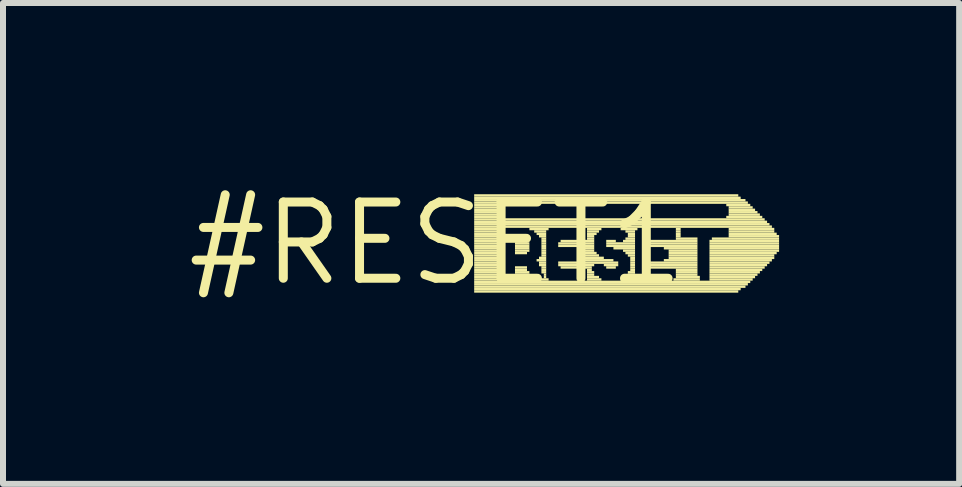
<source format=kicad_pcb>
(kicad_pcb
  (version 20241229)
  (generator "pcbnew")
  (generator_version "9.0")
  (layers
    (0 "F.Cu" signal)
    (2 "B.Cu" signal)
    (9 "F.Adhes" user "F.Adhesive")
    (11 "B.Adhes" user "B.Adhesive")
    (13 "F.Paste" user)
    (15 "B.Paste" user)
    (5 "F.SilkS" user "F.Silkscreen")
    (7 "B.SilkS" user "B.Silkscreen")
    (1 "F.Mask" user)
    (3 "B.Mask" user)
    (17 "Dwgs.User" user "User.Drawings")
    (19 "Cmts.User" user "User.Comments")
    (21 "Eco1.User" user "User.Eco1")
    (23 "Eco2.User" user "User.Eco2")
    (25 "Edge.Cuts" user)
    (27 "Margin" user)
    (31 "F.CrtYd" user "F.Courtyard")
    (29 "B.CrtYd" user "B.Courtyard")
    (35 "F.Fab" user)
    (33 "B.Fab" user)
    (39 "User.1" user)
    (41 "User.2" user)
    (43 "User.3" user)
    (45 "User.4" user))
  (footprint "#RESET1"
    (layer "F.Cu")
    (at 4.21 1.006)
    (property "Reference" "#RESET1" (at 0 0 0) (layer "F.SilkS") (effects (font (size 1.27 1.27) (thickness 0.15))))
    (fp_poly (pts (xy 0.64 -0.78) (xy 5.04 -0.78) (xy 5.04 -0.82) (xy 0.64 -0.82)) (stroke (width 0) (type solid)) (fill yes) (layer "F.SilkS"))
    (fp_poly (pts (xy 0.64 -0.74) (xy 5.08 -0.74) (xy 5.08 -0.78) (xy 0.64 -0.78)) (stroke (width 0) (type solid)) (fill yes) (layer "F.SilkS"))
    (fp_poly (pts (xy 0.64 -0.7) (xy 5.16 -0.7) (xy 5.16 -0.74) (xy 0.64 -0.74)) (stroke (width 0) (type solid)) (fill yes) (layer "F.SilkS"))
    (fp_poly (pts (xy 0.64 -0.66) (xy 5.2 -0.66) (xy 5.2 -0.7) (xy 0.64 -0.7)) (stroke (width 0) (type solid)) (fill yes) (layer "F.SilkS"))
    (fp_poly (pts (xy 0.64 -0.62) (xy 1.08 -0.62) (xy 1.08 -0.66) (xy 0.64 -0.66)) (stroke (width 0) (type solid)) (fill yes) (layer "F.SilkS"))
    (fp_poly (pts (xy 0.64 -0.58) (xy 1.04 -0.58) (xy 1.04 -0.62) (xy 0.64 -0.62)) (stroke (width 0) (type solid)) (fill yes) (layer "F.SilkS"))
    (fp_poly (pts (xy 0.64 -0.54) (xy 1.04 -0.54) (xy 1.04 -0.58) (xy 0.64 -0.58)) (stroke (width 0) (type solid)) (fill yes) (layer "F.SilkS"))
    (fp_poly (pts (xy 0.64 -0.5) (xy 1.04 -0.5) (xy 1.04 -0.54) (xy 0.64 -0.54)) (stroke (width 0) (type solid)) (fill yes) (layer "F.SilkS"))
    (fp_poly (pts (xy 0.64 -0.46) (xy 1.04 -0.46) (xy 1.04 -0.5) (xy 0.64 -0.5)) (stroke (width 0) (type solid)) (fill yes) (layer "F.SilkS"))
    (fp_poly (pts (xy 0.64 -0.42) (xy 1.08 -0.42) (xy 1.08 -0.46) (xy 0.64 -0.46)) (stroke (width 0) (type solid)) (fill yes) (layer "F.SilkS"))
    (fp_poly (pts (xy 0.64 -0.38) (xy 5.48 -0.38) (xy 5.48 -0.42) (xy 0.64 -0.42)) (stroke (width 0) (type solid)) (fill yes) (layer "F.SilkS"))
    (fp_poly (pts (xy 0.64 -0.34) (xy 5.52 -0.34) (xy 5.52 -0.38) (xy 0.64 -0.38)) (stroke (width 0) (type solid)) (fill yes) (layer "F.SilkS"))
    (fp_poly (pts (xy 0.64 -0.3) (xy 5.56 -0.3) (xy 5.56 -0.34) (xy 0.64 -0.34)) (stroke (width 0) (type solid)) (fill yes) (layer "F.SilkS"))
    (fp_poly (pts (xy 0.64 -0.26) (xy 5.6 -0.26) (xy 5.6 -0.3) (xy 0.64 -0.3)) (stroke (width 0) (type solid)) (fill yes) (layer "F.SilkS"))
    (fp_poly (pts (xy 0.64 -0.22) (xy 1.12 -0.22) (xy 1.12 -0.26) (xy 0.64 -0.26)) (stroke (width 0) (type solid)) (fill yes) (layer "F.SilkS"))
    (fp_poly (pts (xy 0.64 -0.18) (xy 1.12 -0.18) (xy 1.12 -0.22) (xy 0.64 -0.22)) (stroke (width 0) (type solid)) (fill yes) (layer "F.SilkS"))
    (fp_poly (pts (xy 0.64 -0.14) (xy 1.12 -0.14) (xy 1.12 -0.18) (xy 0.64 -0.18)) (stroke (width 0) (type solid)) (fill yes) (layer "F.SilkS"))
    (fp_poly (pts (xy 0.64 -0.1) (xy 1.12 -0.1) (xy 1.12 -0.14) (xy 0.64 -0.14)) (stroke (width 0) (type solid)) (fill yes) (layer "F.SilkS"))
    (fp_poly (pts (xy 0.64 -0.06) (xy 1.12 -0.06) (xy 1.12 -0.1) (xy 0.64 -0.1)) (stroke (width 0) (type solid)) (fill yes) (layer "F.SilkS"))
    (fp_poly (pts (xy 0.64 -0.02) (xy 1.12 -0.02) (xy 1.12 -0.06) (xy 0.64 -0.06)) (stroke (width 0) (type solid)) (fill yes) (layer "F.SilkS"))
    (fp_poly (pts (xy 0.64 0.02) (xy 1.12 0.02) (xy 1.12 -0.02) (xy 0.64 -0.02)) (stroke (width 0) (type solid)) (fill yes) (layer "F.SilkS"))
    (fp_poly (pts (xy 0.64 0.06) (xy 1.12 0.06) (xy 1.12 0.02) (xy 0.64 0.02)) (stroke (width 0) (type solid)) (fill yes) (layer "F.SilkS"))
    (fp_poly (pts (xy 0.64 0.1) (xy 1.12 0.1) (xy 1.12 0.06) (xy 0.64 0.06)) (stroke (width 0) (type solid)) (fill yes) (layer "F.SilkS"))
    (fp_poly (pts (xy 0.64 0.14) (xy 1.12 0.14) (xy 1.12 0.1) (xy 0.64 0.1)) (stroke (width 0) (type solid)) (fill yes) (layer "F.SilkS"))
    (fp_poly (pts (xy 0.64 0.18) (xy 1.12 0.18) (xy 1.12 0.14) (xy 0.64 0.14)) (stroke (width 0) (type solid)) (fill yes) (layer "F.SilkS"))
    (fp_poly (pts (xy 0.64 0.22) (xy 1.12 0.22) (xy 1.12 0.18) (xy 0.64 0.18)) (stroke (width 0) (type solid)) (fill yes) (layer "F.SilkS"))
    (fp_poly (pts (xy 0.64 0.26) (xy 1.12 0.26) (xy 1.12 0.22) (xy 0.64 0.22)) (stroke (width 0) (type solid)) (fill yes) (layer "F.SilkS"))
    (fp_poly (pts (xy 0.64 0.3) (xy 1.12 0.3) (xy 1.12 0.26) (xy 0.64 0.26)) (stroke (width 0) (type solid)) (fill yes) (layer "F.SilkS"))
    (fp_poly (pts (xy 0.64 0.34) (xy 1.12 0.34) (xy 1.12 0.3) (xy 0.64 0.3)) (stroke (width 0) (type solid)) (fill yes) (layer "F.SilkS"))
    (fp_poly (pts (xy 0.64 0.38) (xy 1.12 0.38) (xy 1.12 0.34) (xy 0.64 0.34)) (stroke (width 0) (type solid)) (fill yes) (layer "F.SilkS"))
    (fp_poly (pts (xy 0.64 0.42) (xy 1.12 0.42) (xy 1.12 0.38) (xy 0.64 0.38)) (stroke (width 0) (type solid)) (fill yes) (layer "F.SilkS"))
    (fp_poly (pts (xy 0.64 0.46) (xy 1.12 0.46) (xy 1.12 0.42) (xy 0.64 0.42)) (stroke (width 0) (type solid)) (fill yes) (layer "F.SilkS"))
    (fp_poly (pts (xy 0.64 0.5) (xy 1.12 0.5) (xy 1.12 0.46) (xy 0.64 0.46)) (stroke (width 0) (type solid)) (fill yes) (layer "F.SilkS"))
    (fp_poly (pts (xy 0.64 0.54) (xy 1.12 0.54) (xy 1.12 0.5) (xy 0.64 0.5)) (stroke (width 0) (type solid)) (fill yes) (layer "F.SilkS"))
    (fp_poly (pts (xy 0.64 0.58) (xy 1.12 0.58) (xy 1.12 0.54) (xy 0.64 0.54)) (stroke (width 0) (type solid)) (fill yes) (layer "F.SilkS"))
    (fp_poly (pts (xy 0.64 0.62) (xy 1.12 0.62) (xy 1.12 0.58) (xy 0.64 0.58)) (stroke (width 0) (type solid)) (fill yes) (layer "F.SilkS"))
    (fp_poly (pts (xy 0.64 0.66) (xy 5.24 0.66) (xy 5.24 0.62) (xy 0.64 0.62)) (stroke (width 0) (type solid)) (fill yes) (layer "F.SilkS"))
    (fp_poly (pts (xy 0.64 0.7) (xy 5.2 0.7) (xy 5.2 0.66) (xy 0.64 0.66)) (stroke (width 0) (type solid)) (fill yes) (layer "F.SilkS"))
    (fp_poly (pts (xy 0.64 0.74) (xy 5.16 0.74) (xy 5.16 0.7) (xy 0.64 0.7)) (stroke (width 0) (type solid)) (fill yes) (layer "F.SilkS"))
    (fp_poly (pts (xy 0.64 0.78) (xy 5.08 0.78) (xy 5.08 0.74) (xy 0.64 0.74)) (stroke (width 0) (type solid)) (fill yes) (layer "F.SilkS"))
    (fp_poly (pts (xy 0.64 0.82) (xy 5.04 0.82) (xy 5.04 0.78) (xy 0.64 0.78)) (stroke (width 0) (type solid)) (fill yes) (layer "F.SilkS"))
    (fp_poly (pts (xy 1.28 0.62) (xy 1.6 0.62) (xy 1.6 0.58) (xy 1.28 0.58)) (stroke (width 0) (type solid)) (fill yes) (layer "F.SilkS"))
    (fp_poly (pts (xy 1.32 -0.02) (xy 1.52 -0.02) (xy 1.52 -0.06) (xy 1.32 -0.06)) (stroke (width 0) (type solid)) (fill yes) (layer "F.SilkS"))
    (fp_poly (pts (xy 1.32 0.02) (xy 1.56 0.02) (xy 1.56 -0.02) (xy 1.32 -0.02)) (stroke (width 0) (type solid)) (fill yes) (layer "F.SilkS"))
    (fp_poly (pts (xy 1.32 0.06) (xy 1.56 0.06) (xy 1.56 0.02) (xy 1.32 0.02)) (stroke (width 0) (type solid)) (fill yes) (layer "F.SilkS"))
    (fp_poly (pts (xy 1.32 0.1) (xy 1.56 0.1) (xy 1.56 0.06) (xy 1.32 0.06)) (stroke (width 0) (type solid)) (fill yes) (layer "F.SilkS"))
    (fp_poly (pts (xy 1.32 0.14) (xy 1.56 0.14) (xy 1.56 0.1) (xy 1.32 0.1)) (stroke (width 0) (type solid)) (fill yes) (layer "F.SilkS"))
    (fp_poly (pts (xy 1.32 0.18) (xy 1.52 0.18) (xy 1.52 0.14) (xy 1.32 0.14)) (stroke (width 0) (type solid)) (fill yes) (layer "F.SilkS"))
    (fp_poly (pts (xy 1.32 0.42) (xy 1.52 0.42) (xy 1.52 0.38) (xy 1.32 0.38)) (stroke (width 0) (type solid)) (fill yes) (layer "F.SilkS"))
    (fp_poly (pts (xy 1.32 0.46) (xy 1.52 0.46) (xy 1.52 0.42) (xy 1.32 0.42)) (stroke (width 0) (type solid)) (fill yes) (layer "F.SilkS"))
    (fp_poly (pts (xy 1.32 0.5) (xy 1.56 0.5) (xy 1.56 0.46) (xy 1.32 0.46)) (stroke (width 0) (type solid)) (fill yes) (layer "F.SilkS"))
    (fp_poly (pts (xy 1.32 0.54) (xy 1.56 0.54) (xy 1.56 0.5) (xy 1.32 0.5)) (stroke (width 0) (type solid)) (fill yes) (layer "F.SilkS"))
    (fp_poly (pts (xy 1.32 0.58) (xy 1.6 0.58) (xy 1.6 0.54) (xy 1.32 0.54)) (stroke (width 0) (type solid)) (fill yes) (layer "F.SilkS"))
    (fp_poly (pts (xy 1.56 -0.22) (xy 1.88 -0.22) (xy 1.88 -0.26) (xy 1.56 -0.26)) (stroke (width 0) (type solid)) (fill yes) (layer "F.SilkS"))
    (fp_poly (pts (xy 1.64 -0.18) (xy 1.84 -0.18) (xy 1.84 -0.22) (xy 1.64 -0.22)) (stroke (width 0) (type solid)) (fill yes) (layer "F.SilkS"))
    (fp_poly (pts (xy 1.68 -0.14) (xy 1.84 -0.14) (xy 1.84 -0.18) (xy 1.68 -0.18)) (stroke (width 0) (type solid)) (fill yes) (layer "F.SilkS"))
    (fp_poly (pts (xy 1.68 0.3) (xy 1.84 0.3) (xy 1.84 0.26) (xy 1.68 0.26)) (stroke (width 0) (type solid)) (fill yes) (layer "F.SilkS"))
    (fp_poly (pts (xy 1.72 -0.1) (xy 1.84 -0.1) (xy 1.84 -0.14) (xy 1.72 -0.14)) (stroke (width 0) (type solid)) (fill yes) (layer "F.SilkS"))
    (fp_poly (pts (xy 1.72 0.26) (xy 1.84 0.26) (xy 1.84 0.22) (xy 1.72 0.22)) (stroke (width 0) (type solid)) (fill yes) (layer "F.SilkS"))
    (fp_poly (pts (xy 1.72 0.34) (xy 1.84 0.34) (xy 1.84 0.3) (xy 1.72 0.3)) (stroke (width 0) (type solid)) (fill yes) (layer "F.SilkS"))
    (fp_poly (pts (xy 1.72 0.38) (xy 1.84 0.38) (xy 1.84 0.34) (xy 1.72 0.34)) (stroke (width 0) (type solid)) (fill yes) (layer "F.SilkS"))
    (fp_poly (pts (xy 1.72 0.62) (xy 1.88 0.62) (xy 1.88 0.58) (xy 1.72 0.58)) (stroke (width 0) (type solid)) (fill yes) (layer "F.SilkS"))
    (fp_poly (pts (xy 1.76 -0.06) (xy 1.84 -0.06) (xy 1.84 -0.1) (xy 1.76 -0.1)) (stroke (width 0) (type solid)) (fill yes) (layer "F.SilkS"))
    (fp_poly (pts (xy 1.76 -0.02) (xy 1.84 -0.02) (xy 1.84 -0.06) (xy 1.76 -0.06)) (stroke (width 0) (type solid)) (fill yes) (layer "F.SilkS"))
    (fp_poly (pts (xy 1.76 0.02) (xy 1.84 0.02) (xy 1.84 -0.02) (xy 1.76 -0.02)) (stroke (width 0) (type solid)) (fill yes) (layer "F.SilkS"))
    (fp_poly (pts (xy 1.76 0.06) (xy 1.84 0.06) (xy 1.84 0.02) (xy 1.76 0.02)) (stroke (width 0) (type solid)) (fill yes) (layer "F.SilkS"))
    (fp_poly (pts (xy 1.76 0.1) (xy 1.84 0.1) (xy 1.84 0.06) (xy 1.76 0.06)) (stroke (width 0) (type solid)) (fill yes) (layer "F.SilkS"))
    (fp_poly (pts (xy 1.76 0.14) (xy 1.84 0.14) (xy 1.84 0.1) (xy 1.76 0.1)) (stroke (width 0) (type solid)) (fill yes) (layer "F.SilkS"))
    (fp_poly (pts (xy 1.76 0.18) (xy 1.84 0.18) (xy 1.84 0.14) (xy 1.76 0.14)) (stroke (width 0) (type solid)) (fill yes) (layer "F.SilkS"))
    (fp_poly (pts (xy 1.76 0.22) (xy 1.84 0.22) (xy 1.84 0.18) (xy 1.76 0.18)) (stroke (width 0) (type solid)) (fill yes) (layer "F.SilkS"))
    (fp_poly (pts (xy 1.76 0.42) (xy 1.84 0.42) (xy 1.84 0.38) (xy 1.76 0.38)) (stroke (width 0) (type solid)) (fill yes) (layer "F.SilkS"))
    (fp_poly (pts (xy 1.76 0.46) (xy 1.84 0.46) (xy 1.84 0.42) (xy 1.76 0.42)) (stroke (width 0) (type solid)) (fill yes) (layer "F.SilkS"))
    (fp_poly (pts (xy 1.76 0.5) (xy 1.84 0.5) (xy 1.84 0.46) (xy 1.76 0.46)) (stroke (width 0) (type solid)) (fill yes) (layer "F.SilkS"))
    (fp_poly (pts (xy 1.8 0.54) (xy 1.84 0.54) (xy 1.84 0.5) (xy 1.8 0.5)) (stroke (width 0) (type solid)) (fill yes) (layer "F.SilkS"))
    (fp_poly (pts (xy 1.8 0.58) (xy 1.84 0.58) (xy 1.84 0.54) (xy 1.8 0.54)) (stroke (width 0) (type solid)) (fill yes) (layer "F.SilkS"))
    (fp_poly (pts (xy 2.04 0.02) (xy 2.64 0.02) (xy 2.64 -0.02) (xy 2.04 -0.02)) (stroke (width 0) (type solid)) (fill yes) (layer "F.SilkS"))
    (fp_poly (pts (xy 2.04 0.06) (xy 2.64 0.06) (xy 2.64 0.02) (xy 2.04 0.02)) (stroke (width 0) (type solid)) (fill yes) (layer "F.SilkS"))
    (fp_poly (pts (xy 2.04 0.34) (xy 3.04 0.34) (xy 3.04 0.3) (xy 2.04 0.3)) (stroke (width 0) (type solid)) (fill yes) (layer "F.SilkS"))
    (fp_poly (pts (xy 2.04 0.38) (xy 2.64 0.38) (xy 2.64 0.34) (xy 2.04 0.34)) (stroke (width 0) (type solid)) (fill yes) (layer "F.SilkS"))
    (fp_poly (pts (xy 2.08 -0.02) (xy 2.64 -0.02) (xy 2.64 -0.06) (xy 2.08 -0.06)) (stroke (width 0) (type solid)) (fill yes) (layer "F.SilkS"))
    (fp_poly (pts (xy 2.08 0.42) (xy 2.6 0.42) (xy 2.6 0.38) (xy 2.08 0.38)) (stroke (width 0) (type solid)) (fill yes) (layer "F.SilkS"))
    (fp_poly (pts (xy 2.36 0.1) (xy 2.64 0.1) (xy 2.64 0.06) (xy 2.36 0.06)) (stroke (width 0) (type solid)) (fill yes) (layer "F.SilkS"))
    (fp_poly (pts (xy 2.36 0.3) (xy 2.96 0.3) (xy 2.96 0.26) (xy 2.36 0.26)) (stroke (width 0) (type solid)) (fill yes) (layer "F.SilkS"))
    (fp_poly (pts (xy 2.4 0.14) (xy 2.64 0.14) (xy 2.64 0.1) (xy 2.4 0.1)) (stroke (width 0) (type solid)) (fill yes) (layer "F.SilkS"))
    (fp_poly (pts (xy 2.4 0.18) (xy 2.68 0.18) (xy 2.68 0.14) (xy 2.4 0.14)) (stroke (width 0) (type solid)) (fill yes) (layer "F.SilkS"))
    (fp_poly (pts (xy 2.4 0.22) (xy 2.72 0.22) (xy 2.72 0.18) (xy 2.4 0.18)) (stroke (width 0) (type solid)) (fill yes) (layer "F.SilkS"))
    (fp_poly (pts (xy 2.4 0.26) (xy 2.8 0.26) (xy 2.8 0.22) (xy 2.4 0.22)) (stroke (width 0) (type solid)) (fill yes) (layer "F.SilkS"))
    (fp_poly (pts (xy 2.52 -0.22) (xy 2.76 -0.22) (xy 2.76 -0.26) (xy 2.52 -0.26)) (stroke (width 0) (type solid)) (fill yes) (layer "F.SilkS"))
    (fp_poly (pts (xy 2.52 -0.18) (xy 2.72 -0.18) (xy 2.72 -0.22) (xy 2.52 -0.22)) (stroke (width 0) (type solid)) (fill yes) (layer "F.SilkS"))
    (fp_poly (pts (xy 2.52 -0.14) (xy 2.68 -0.14) (xy 2.68 -0.18) (xy 2.52 -0.18)) (stroke (width 0) (type solid)) (fill yes) (layer "F.SilkS"))
    (fp_poly (pts (xy 2.52 -0.1) (xy 2.64 -0.1) (xy 2.64 -0.14) (xy 2.52 -0.14)) (stroke (width 0) (type solid)) (fill yes) (layer "F.SilkS"))
    (fp_poly (pts (xy 2.52 -0.06) (xy 2.64 -0.06) (xy 2.64 -0.1) (xy 2.52 -0.1)) (stroke (width 0) (type solid)) (fill yes) (layer "F.SilkS"))
    (fp_poly (pts (xy 2.52 0.46) (xy 2.6 0.46) (xy 2.6 0.42) (xy 2.52 0.42)) (stroke (width 0) (type solid)) (fill yes) (layer "F.SilkS"))
    (fp_poly (pts (xy 2.52 0.5) (xy 2.64 0.5) (xy 2.64 0.46) (xy 2.52 0.46)) (stroke (width 0) (type solid)) (fill yes) (layer "F.SilkS"))
    (fp_poly (pts (xy 2.52 0.54) (xy 2.64 0.54) (xy 2.64 0.5) (xy 2.52 0.5)) (stroke (width 0) (type solid)) (fill yes) (layer "F.SilkS"))
    (fp_poly (pts (xy 2.52 0.58) (xy 2.72 0.58) (xy 2.72 0.54) (xy 2.52 0.54)) (stroke (width 0) (type solid)) (fill yes) (layer "F.SilkS"))
    (fp_poly (pts (xy 2.52 0.62) (xy 2.76 0.62) (xy 2.76 0.58) (xy 2.52 0.58)) (stroke (width 0) (type solid)) (fill yes) (layer "F.SilkS"))
    (fp_poly (pts (xy 2.8 0.38) (xy 3.04 0.38) (xy 3.04 0.34) (xy 2.8 0.34)) (stroke (width 0) (type solid)) (fill yes) (layer "F.SilkS"))
    (fp_poly (pts (xy 2.84 -0.02) (xy 3 -0.02) (xy 3 -0.06) (xy 2.84 -0.06)) (stroke (width 0) (type solid)) (fill yes) (layer "F.SilkS"))
    (fp_poly (pts (xy 2.84 0.02) (xy 3.32 0.02) (xy 3.32 -0.02) (xy 2.84 -0.02)) (stroke (width 0) (type solid)) (fill yes) (layer "F.SilkS"))
    (fp_poly (pts (xy 2.84 0.06) (xy 3.32 0.06) (xy 3.32 0.02) (xy 2.84 0.02)) (stroke (width 0) (type solid)) (fill yes) (layer "F.SilkS"))
    (fp_poly (pts (xy 2.84 0.42) (xy 3 0.42) (xy 3 0.38) (xy 2.84 0.38)) (stroke (width 0) (type solid)) (fill yes) (layer "F.SilkS"))
    (fp_poly (pts (xy 2.96 0.1) (xy 3.32 0.1) (xy 3.32 0.06) (xy 2.96 0.06)) (stroke (width 0) (type solid)) (fill yes) (layer "F.SilkS"))
    (fp_poly (pts (xy 3.08 -0.22) (xy 3.36 -0.22) (xy 3.36 -0.26) (xy 3.08 -0.26)) (stroke (width 0) (type solid)) (fill yes) (layer "F.SilkS"))
    (fp_poly (pts (xy 3.08 0.62) (xy 3.36 0.62) (xy 3.36 0.58) (xy 3.08 0.58)) (stroke (width 0) (type solid)) (fill yes) (layer "F.SilkS"))
    (fp_poly (pts (xy 3.12 -0.02) (xy 3.32 -0.02) (xy 3.32 -0.06) (xy 3.12 -0.06)) (stroke (width 0) (type solid)) (fill yes) (layer "F.SilkS"))
    (fp_poly (pts (xy 3.12 0.14) (xy 3.32 0.14) (xy 3.32 0.1) (xy 3.12 0.1)) (stroke (width 0) (type solid)) (fill yes) (layer "F.SilkS"))
    (fp_poly (pts (xy 3.12 0.58) (xy 3.32 0.58) (xy 3.32 0.54) (xy 3.12 0.54)) (stroke (width 0) (type solid)) (fill yes) (layer "F.SilkS"))
    (fp_poly (pts (xy 3.16 -0.18) (xy 3.32 -0.18) (xy 3.32 -0.22) (xy 3.16 -0.22)) (stroke (width 0) (type solid)) (fill yes) (layer "F.SilkS"))
    (fp_poly (pts (xy 3.16 -0.06) (xy 3.32 -0.06) (xy 3.32 -0.1) (xy 3.16 -0.1)) (stroke (width 0) (type solid)) (fill yes) (layer "F.SilkS"))
    (fp_poly (pts (xy 3.16 0.18) (xy 3.32 0.18) (xy 3.32 0.14) (xy 3.16 0.14)) (stroke (width 0) (type solid)) (fill yes) (layer "F.SilkS"))
    (fp_poly (pts (xy 3.2 -0.14) (xy 3.32 -0.14) (xy 3.32 -0.18) (xy 3.2 -0.18)) (stroke (width 0) (type solid)) (fill yes) (layer "F.SilkS"))
    (fp_poly (pts (xy 3.2 -0.1) (xy 3.32 -0.1) (xy 3.32 -0.14) (xy 3.2 -0.14)) (stroke (width 0) (type solid)) (fill yes) (layer "F.SilkS"))
    (fp_poly (pts (xy 3.2 0.22) (xy 3.32 0.22) (xy 3.32 0.18) (xy 3.2 0.18)) (stroke (width 0) (type solid)) (fill yes) (layer "F.SilkS"))
    (fp_poly (pts (xy 3.2 0.5) (xy 3.32 0.5) (xy 3.32 0.46) (xy 3.2 0.46)) (stroke (width 0) (type solid)) (fill yes) (layer "F.SilkS"))
    (fp_poly (pts (xy 3.2 0.54) (xy 3.32 0.54) (xy 3.32 0.5) (xy 3.2 0.5)) (stroke (width 0) (type solid)) (fill yes) (layer "F.SilkS"))
    (fp_poly (pts (xy 3.24 0.26) (xy 3.32 0.26) (xy 3.32 0.22) (xy 3.24 0.22)) (stroke (width 0) (type solid)) (fill yes) (layer "F.SilkS"))
    (fp_poly (pts (xy 3.24 0.3) (xy 3.32 0.3) (xy 3.32 0.26) (xy 3.24 0.26)) (stroke (width 0) (type solid)) (fill yes) (layer "F.SilkS"))
    (fp_poly (pts (xy 3.24 0.34) (xy 3.32 0.34) (xy 3.32 0.3) (xy 3.24 0.3)) (stroke (width 0) (type solid)) (fill yes) (layer "F.SilkS"))
    (fp_poly (pts (xy 3.24 0.38) (xy 3.32 0.38) (xy 3.32 0.34) (xy 3.24 0.34)) (stroke (width 0) (type solid)) (fill yes) (layer "F.SilkS"))
    (fp_poly (pts (xy 3.24 0.42) (xy 3.32 0.42) (xy 3.32 0.38) (xy 3.24 0.38)) (stroke (width 0) (type solid)) (fill yes) (layer "F.SilkS"))
    (fp_poly (pts (xy 3.24 0.46) (xy 3.32 0.46) (xy 3.32 0.42) (xy 3.24 0.42)) (stroke (width 0) (type solid)) (fill yes) (layer "F.SilkS"))
    (fp_poly (pts (xy 3.52 0.02) (xy 4.36 0.02) (xy 4.36 -0.02) (xy 3.52 -0.02)) (stroke (width 0) (type solid)) (fill yes) (layer "F.SilkS"))
    (fp_poly (pts (xy 3.52 0.06) (xy 4.36 0.06) (xy 4.36 0.02) (xy 3.52 0.02)) (stroke (width 0) (type solid)) (fill yes) (layer "F.SilkS"))
    (fp_poly (pts (xy 3.52 0.34) (xy 4.36 0.34) (xy 4.36 0.3) (xy 3.52 0.3)) (stroke (width 0) (type solid)) (fill yes) (layer "F.SilkS"))
    (fp_poly (pts (xy 3.52 0.38) (xy 4.36 0.38) (xy 4.36 0.34) (xy 3.52 0.34)) (stroke (width 0) (type solid)) (fill yes) (layer "F.SilkS"))
    (fp_poly (pts (xy 3.56 -0.02) (xy 4.36 -0.02) (xy 4.36 -0.06) (xy 3.56 -0.06)) (stroke (width 0) (type solid)) (fill yes) (layer "F.SilkS"))
    (fp_poly (pts (xy 3.56 0.42) (xy 4.36 0.42) (xy 4.36 0.38) (xy 3.56 0.38)) (stroke (width 0) (type solid)) (fill yes) (layer "F.SilkS"))
    (fp_poly (pts (xy 3.8 0.1) (xy 4.36 0.1) (xy 4.36 0.06) (xy 3.8 0.06)) (stroke (width 0) (type solid)) (fill yes) (layer "F.SilkS"))
    (fp_poly (pts (xy 3.8 0.3) (xy 4.36 0.3) (xy 4.36 0.26) (xy 3.8 0.26)) (stroke (width 0) (type solid)) (fill yes) (layer "F.SilkS"))
    (fp_poly (pts (xy 3.88 0.14) (xy 4.36 0.14) (xy 4.36 0.1) (xy 3.88 0.1)) (stroke (width 0) (type solid)) (fill yes) (layer "F.SilkS"))
    (fp_poly (pts (xy 3.88 0.18) (xy 4.36 0.18) (xy 4.36 0.14) (xy 3.88 0.14)) (stroke (width 0) (type solid)) (fill yes) (layer "F.SilkS"))
    (fp_poly (pts (xy 3.88 0.22) (xy 4.36 0.22) (xy 4.36 0.18) (xy 3.88 0.18)) (stroke (width 0) (type solid)) (fill yes) (layer "F.SilkS"))
    (fp_poly (pts (xy 3.88 0.26) (xy 4.36 0.26) (xy 4.36 0.22) (xy 3.88 0.22)) (stroke (width 0) (type solid)) (fill yes) (layer "F.SilkS"))
    (fp_poly (pts (xy 3.96 0.62) (xy 4.4 0.62) (xy 4.4 0.58) (xy 3.96 0.58)) (stroke (width 0) (type solid)) (fill yes) (layer "F.SilkS"))
    (fp_poly (pts (xy 4 -0.22) (xy 4.08 -0.22) (xy 4.08 -0.26) (xy 4 -0.26)) (stroke (width 0) (type solid)) (fill yes) (layer "F.SilkS"))
    (fp_poly (pts (xy 4 -0.18) (xy 4.08 -0.18) (xy 4.08 -0.22) (xy 4 -0.22)) (stroke (width 0) (type solid)) (fill yes) (layer "F.SilkS"))
    (fp_poly (pts (xy 4 -0.14) (xy 4.08 -0.14) (xy 4.08 -0.18) (xy 4 -0.18)) (stroke (width 0) (type solid)) (fill yes) (layer "F.SilkS"))
    (fp_poly (pts (xy 4 -0.1) (xy 4.08 -0.1) (xy 4.08 -0.14) (xy 4 -0.14)) (stroke (width 0) (type solid)) (fill yes) (layer "F.SilkS"))
    (fp_poly (pts (xy 4 -0.06) (xy 4.36 -0.06) (xy 4.36 -0.1) (xy 4 -0.1)) (stroke (width 0) (type solid)) (fill yes) (layer "F.SilkS"))
    (fp_poly (pts (xy 4 0.46) (xy 4.36 0.46) (xy 4.36 0.42) (xy 4 0.42)) (stroke (width 0) (type solid)) (fill yes) (layer "F.SilkS"))
    (fp_poly (pts (xy 4 0.5) (xy 4.36 0.5) (xy 4.36 0.46) (xy 4 0.46)) (stroke (width 0) (type solid)) (fill yes) (layer "F.SilkS"))
    (fp_poly (pts (xy 4 0.54) (xy 4.36 0.54) (xy 4.36 0.5) (xy 4 0.5)) (stroke (width 0) (type solid)) (fill yes) (layer "F.SilkS"))
    (fp_poly (pts (xy 4 0.58) (xy 4.4 0.58) (xy 4.4 0.54) (xy 4 0.54)) (stroke (width 0) (type solid)) (fill yes) (layer "F.SilkS"))
    (fp_poly (pts (xy 4.56 -0.02) (xy 5.72 -0.02) (xy 5.72 -0.06) (xy 4.56 -0.06)) (stroke (width 0) (type solid)) (fill yes) (layer "F.SilkS"))
    (fp_poly (pts (xy 4.56 0.02) (xy 5.72 0.02) (xy 5.72 -0.02) (xy 4.56 -0.02)) (stroke (width 0) (type solid)) (fill yes) (layer "F.SilkS"))
    (fp_poly (pts (xy 4.56 0.06) (xy 5.72 0.06) (xy 5.72 0.02) (xy 4.56 0.02)) (stroke (width 0) (type solid)) (fill yes) (layer "F.SilkS"))
    (fp_poly (pts (xy 4.56 0.1) (xy 5.72 0.1) (xy 5.72 0.06) (xy 4.56 0.06)) (stroke (width 0) (type solid)) (fill yes) (layer "F.SilkS"))
    (fp_poly (pts (xy 4.56 0.14) (xy 5.72 0.14) (xy 5.72 0.1) (xy 4.56 0.1)) (stroke (width 0) (type solid)) (fill yes) (layer "F.SilkS"))
    (fp_poly (pts (xy 4.56 0.18) (xy 5.68 0.18) (xy 5.68 0.14) (xy 4.56 0.14)) (stroke (width 0) (type solid)) (fill yes) (layer "F.SilkS"))
    (fp_poly (pts (xy 4.56 0.22) (xy 5.64 0.22) (xy 5.64 0.18) (xy 4.56 0.18)) (stroke (width 0) (type solid)) (fill yes) (layer "F.SilkS"))
    (fp_poly (pts (xy 4.56 0.26) (xy 5.64 0.26) (xy 5.64 0.22) (xy 4.56 0.22)) (stroke (width 0) (type solid)) (fill yes) (layer "F.SilkS"))
    (fp_poly (pts (xy 4.56 0.3) (xy 5.6 0.3) (xy 5.6 0.26) (xy 4.56 0.26)) (stroke (width 0) (type solid)) (fill yes) (layer "F.SilkS"))
    (fp_poly (pts (xy 4.56 0.34) (xy 5.56 0.34) (xy 5.56 0.3) (xy 4.56 0.3)) (stroke (width 0) (type solid)) (fill yes) (layer "F.SilkS"))
    (fp_poly (pts (xy 4.56 0.38) (xy 5.52 0.38) (xy 5.52 0.34) (xy 4.56 0.34)) (stroke (width 0) (type solid)) (fill yes) (layer "F.SilkS"))
    (fp_poly (pts (xy 4.56 0.42) (xy 5.48 0.42) (xy 5.48 0.38) (xy 4.56 0.38)) (stroke (width 0) (type solid)) (fill yes) (layer "F.SilkS"))
    (fp_poly (pts (xy 4.56 0.46) (xy 5.44 0.46) (xy 5.44 0.42) (xy 4.56 0.42)) (stroke (width 0) (type solid)) (fill yes) (layer "F.SilkS"))
    (fp_poly (pts (xy 4.56 0.5) (xy 5.4 0.5) (xy 5.4 0.46) (xy 4.56 0.46)) (stroke (width 0) (type solid)) (fill yes) (layer "F.SilkS"))
    (fp_poly (pts (xy 4.56 0.54) (xy 5.36 0.54) (xy 5.36 0.5) (xy 4.56 0.5)) (stroke (width 0) (type solid)) (fill yes) (layer "F.SilkS"))
    (fp_poly (pts (xy 4.56 0.58) (xy 5.32 0.58) (xy 5.32 0.54) (xy 4.56 0.54)) (stroke (width 0) (type solid)) (fill yes) (layer "F.SilkS"))
    (fp_poly (pts (xy 4.56 0.62) (xy 5.28 0.62) (xy 5.28 0.58) (xy 4.56 0.58)) (stroke (width 0) (type solid)) (fill yes) (layer "F.SilkS"))
    (fp_poly (pts (xy 4.6 -0.06) (xy 5.72 -0.06) (xy 5.72 -0.1) (xy 4.6 -0.1)) (stroke (width 0) (type solid)) (fill yes) (layer "F.SilkS"))
    (fp_poly (pts (xy 4.84 -0.62) (xy 5.24 -0.62) (xy 5.24 -0.66) (xy 4.84 -0.66)) (stroke (width 0) (type solid)) (fill yes) (layer "F.SilkS"))
    (fp_poly (pts (xy 4.84 -0.42) (xy 5.44 -0.42) (xy 5.44 -0.46) (xy 4.84 -0.46)) (stroke (width 0) (type solid)) (fill yes) (layer "F.SilkS"))
    (fp_poly (pts (xy 4.88 -0.58) (xy 5.28 -0.58) (xy 5.28 -0.62) (xy 4.88 -0.62)) (stroke (width 0) (type solid)) (fill yes) (layer "F.SilkS"))
    (fp_poly (pts (xy 4.88 -0.54) (xy 5.32 -0.54) (xy 5.32 -0.58) (xy 4.88 -0.58)) (stroke (width 0) (type solid)) (fill yes) (layer "F.SilkS"))
    (fp_poly (pts (xy 4.88 -0.5) (xy 5.36 -0.5) (xy 5.36 -0.54) (xy 4.88 -0.54)) (stroke (width 0) (type solid)) (fill yes) (layer "F.SilkS"))
    (fp_poly (pts (xy 4.88 -0.46) (xy 5.4 -0.46) (xy 5.4 -0.5) (xy 4.88 -0.5)) (stroke (width 0) (type solid)) (fill yes) (layer "F.SilkS"))
    (fp_poly (pts (xy 4.88 -0.22) (xy 5.64 -0.22) (xy 5.64 -0.26) (xy 4.88 -0.26)) (stroke (width 0) (type solid)) (fill yes) (layer "F.SilkS"))
    (fp_poly (pts (xy 4.88 -0.18) (xy 5.64 -0.18) (xy 5.64 -0.22) (xy 4.88 -0.22)) (stroke (width 0) (type solid)) (fill yes) (layer "F.SilkS"))
    (fp_poly (pts (xy 4.88 -0.14) (xy 5.68 -0.14) (xy 5.68 -0.18) (xy 4.88 -0.18)) (stroke (width 0) (type solid)) (fill yes) (layer "F.SilkS"))
    (fp_poly (pts (xy 4.88 -0.1) (xy 5.72 -0.1) (xy 5.72 -0.14) (xy 4.88 -0.14)) (stroke (width 0) (type solid)) (fill yes) (layer "F.SilkS")))
  (gr_rect
    (start -3 -3)
    (end 12.93 5.012)
    (stroke (width 0.1) (type default))
    (fill no)
    (layer "Edge.Cuts")))
</source>
